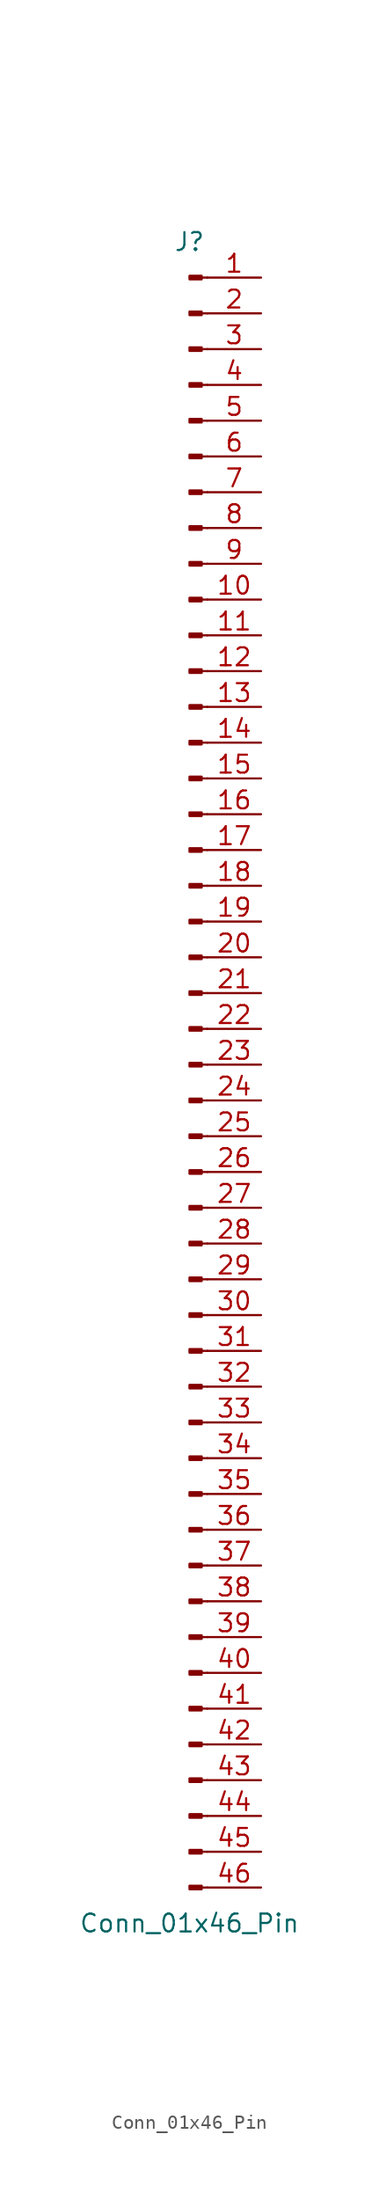
<source format=kicad_sym>
(kicad_symbol_lib
  (version 20220914)
  (generator kicad_symbol_editor)
  (symbol "Conn_01x46_Pin"
    (pin_names
      (offset 1.016) hide)
    (property "Reference" "J"
      (at 0 58.42 0)
      (effects (font (size 1.27 1.27))))
    (property "Value" "Conn_01x46_Pin"
      (at 0 -60.96 0)
      (effects (font (size 1.27 1.27))))
    (property "ki_locked" ""
      (at 0 0 0)
      (effects (font (size 1.27 1.27))))
    (symbol "Conn_01x46_Pin_1_1"
      (polyline (pts (xy 1.27 -58.42) (xy 0.864 -58.42)) (stroke (width 0.152) (type default)) (fill (type none)))
      (polyline (pts (xy 1.27 -55.88) (xy 0.864 -55.88)) (stroke (width 0.152) (type default)) (fill (type none)))
      (polyline (pts (xy 1.27 -53.34) (xy 0.864 -53.34)) (stroke (width 0.152) (type default)) (fill (type none)))
      (polyline (pts (xy 1.27 -50.8) (xy 0.864 -50.8)) (stroke (width 0.152) (type default)) (fill (type none)))
      (polyline (pts (xy 1.27 -48.26) (xy 0.864 -48.26)) (stroke (width 0.152) (type default)) (fill (type none)))
      (polyline (pts (xy 1.27 -45.72) (xy 0.864 -45.72)) (stroke (width 0.152) (type default)) (fill (type none)))
      (polyline (pts (xy 1.27 -43.18) (xy 0.864 -43.18)) (stroke (width 0.152) (type default)) (fill (type none)))
      (polyline (pts (xy 1.27 -40.64) (xy 0.864 -40.64)) (stroke (width 0.152) (type default)) (fill (type none)))
      (polyline (pts (xy 1.27 -38.1) (xy 0.864 -38.1)) (stroke (width 0.152) (type default)) (fill (type none)))
      (polyline (pts (xy 1.27 -35.56) (xy 0.864 -35.56)) (stroke (width 0.152) (type default)) (fill (type none)))
      (polyline (pts (xy 1.27 -33.02) (xy 0.864 -33.02)) (stroke (width 0.152) (type default)) (fill (type none)))
      (polyline (pts (xy 1.27 -30.48) (xy 0.864 -30.48)) (stroke (width 0.152) (type default)) (fill (type none)))
      (polyline (pts (xy 1.27 -27.94) (xy 0.864 -27.94)) (stroke (width 0.152) (type default)) (fill (type none)))
      (polyline (pts (xy 1.27 -25.4) (xy 0.864 -25.4)) (stroke (width 0.152) (type default)) (fill (type none)))
      (polyline (pts (xy 1.27 -22.86) (xy 0.864 -22.86)) (stroke (width 0.152) (type default)) (fill (type none)))
      (polyline (pts (xy 1.27 -20.32) (xy 0.864 -20.32)) (stroke (width 0.152) (type default)) (fill (type none)))
      (polyline (pts (xy 1.27 -17.78) (xy 0.864 -17.78)) (stroke (width 0.152) (type default)) (fill (type none)))
      (polyline (pts (xy 1.27 -15.24) (xy 0.864 -15.24)) (stroke (width 0.152) (type default)) (fill (type none)))
      (polyline (pts (xy 1.27 -12.7) (xy 0.864 -12.7)) (stroke (width 0.152) (type default)) (fill (type none)))
      (polyline (pts (xy 1.27 -10.16) (xy 0.864 -10.16)) (stroke (width 0.152) (type default)) (fill (type none)))
      (polyline (pts (xy 1.27 -7.62) (xy 0.864 -7.62)) (stroke (width 0.152) (type default)) (fill (type none)))
      (polyline (pts (xy 1.27 -5.08) (xy 0.864 -5.08)) (stroke (width 0.152) (type default)) (fill (type none)))
      (polyline (pts (xy 1.27 -2.54) (xy 0.864 -2.54)) (stroke (width 0.152) (type default)) (fill (type none)))
      (polyline (pts (xy 1.27 0) (xy 0.864 0)) (stroke (width 0.152) (type default)) (fill (type none)))
      (polyline (pts (xy 1.27 2.54) (xy 0.864 2.54)) (stroke (width 0.152) (type default)) (fill (type none)))
      (polyline (pts (xy 1.27 5.08) (xy 0.864 5.08)) (stroke (width 0.152) (type default)) (fill (type none)))
      (polyline (pts (xy 1.27 7.62) (xy 0.864 7.62)) (stroke (width 0.152) (type default)) (fill (type none)))
      (polyline (pts (xy 1.27 10.16) (xy 0.864 10.16)) (stroke (width 0.152) (type default)) (fill (type none)))
      (polyline (pts (xy 1.27 12.7) (xy 0.864 12.7)) (stroke (width 0.152) (type default)) (fill (type none)))
      (polyline (pts (xy 1.27 15.24) (xy 0.864 15.24)) (stroke (width 0.152) (type default)) (fill (type none)))
      (polyline (pts (xy 1.27 17.78) (xy 0.864 17.78)) (stroke (width 0.152) (type default)) (fill (type none)))
      (polyline (pts (xy 1.27 20.32) (xy 0.864 20.32)) (stroke (width 0.152) (type default)) (fill (type none)))
      (polyline (pts (xy 1.27 22.86) (xy 0.864 22.86)) (stroke (width 0.152) (type default)) (fill (type none)))
      (polyline (pts (xy 1.27 25.4) (xy 0.864 25.4)) (stroke (width 0.152) (type default)) (fill (type none)))
      (polyline (pts (xy 1.27 27.94) (xy 0.864 27.94)) (stroke (width 0.152) (type default)) (fill (type none)))
      (polyline (pts (xy 1.27 30.48) (xy 0.864 30.48)) (stroke (width 0.152) (type default)) (fill (type none)))
      (polyline (pts (xy 1.27 33.02) (xy 0.864 33.02)) (stroke (width 0.152) (type default)) (fill (type none)))
      (polyline (pts (xy 1.27 35.56) (xy 0.864 35.56)) (stroke (width 0.152) (type default)) (fill (type none)))
      (polyline (pts (xy 1.27 38.1) (xy 0.864 38.1)) (stroke (width 0.152) (type default)) (fill (type none)))
      (polyline (pts (xy 1.27 40.64) (xy 0.864 40.64)) (stroke (width 0.152) (type default)) (fill (type none)))
      (polyline (pts (xy 1.27 43.18) (xy 0.864 43.18)) (stroke (width 0.152) (type default)) (fill (type none)))
      (polyline (pts (xy 1.27 45.72) (xy 0.864 45.72)) (stroke (width 0.152) (type default)) (fill (type none)))
      (polyline (pts (xy 1.27 48.26) (xy 0.864 48.26)) (stroke (width 0.152) (type default)) (fill (type none)))
      (polyline (pts (xy 1.27 50.8) (xy 0.864 50.8)) (stroke (width 0.152) (type default)) (fill (type none)))
      (polyline (pts (xy 1.27 53.34) (xy 0.864 53.34)) (stroke (width 0.152) (type default)) (fill (type none)))
      (polyline (pts (xy 1.27 55.88) (xy 0.864 55.88)) (stroke (width 0.152) (type default)) (fill (type none)))
      (rectangle (start 0.864 -58.293) (end 0 -58.547) (stroke (width 0.152) (type default)) (fill (type outline)))
      (rectangle (start 0.864 -55.753) (end 0 -56.007) (stroke (width 0.152) (type default)) (fill (type outline)))
      (rectangle (start 0.864 -53.213) (end 0 -53.467) (stroke (width 0.152) (type default)) (fill (type outline)))
      (rectangle (start 0.864 -50.673) (end 0 -50.927) (stroke (width 0.152) (type default)) (fill (type outline)))
      (rectangle (start 0.864 -48.133) (end 0 -48.387) (stroke (width 0.152) (type default)) (fill (type outline)))
      (rectangle (start 0.864 -45.593) (end 0 -45.847) (stroke (width 0.152) (type default)) (fill (type outline)))
      (rectangle (start 0.864 -43.053) (end 0 -43.307) (stroke (width 0.152) (type default)) (fill (type outline)))
      (rectangle (start 0.864 -40.513) (end 0 -40.767) (stroke (width 0.152) (type default)) (fill (type outline)))
      (rectangle (start 0.864 -37.973) (end 0 -38.227) (stroke (width 0.152) (type default)) (fill (type outline)))
      (rectangle (start 0.864 -35.433) (end 0 -35.687) (stroke (width 0.152) (type default)) (fill (type outline)))
      (rectangle (start 0.864 -32.893) (end 0 -33.147) (stroke (width 0.152) (type default)) (fill (type outline)))
      (rectangle (start 0.864 -30.353) (end 0 -30.607) (stroke (width 0.152) (type default)) (fill (type outline)))
      (rectangle (start 0.864 -27.813) (end 0 -28.067) (stroke (width 0.152) (type default)) (fill (type outline)))
      (rectangle (start 0.864 -25.273) (end 0 -25.527) (stroke (width 0.152) (type default)) (fill (type outline)))
      (rectangle (start 0.864 -22.733) (end 0 -22.987) (stroke (width 0.152) (type default)) (fill (type outline)))
      (rectangle (start 0.864 -20.193) (end 0 -20.447) (stroke (width 0.152) (type default)) (fill (type outline)))
      (rectangle (start 0.864 -17.653) (end 0 -17.907) (stroke (width 0.152) (type default)) (fill (type outline)))
      (rectangle (start 0.864 -15.113) (end 0 -15.367) (stroke (width 0.152) (type default)) (fill (type outline)))
      (rectangle (start 0.864 -12.573) (end 0 -12.827) (stroke (width 0.152) (type default)) (fill (type outline)))
      (rectangle (start 0.864 -10.033) (end 0 -10.287) (stroke (width 0.152) (type default)) (fill (type outline)))
      (rectangle (start 0.864 -7.493) (end 0 -7.747) (stroke (width 0.152) (type default)) (fill (type outline)))
      (rectangle (start 0.864 -4.953) (end 0 -5.207) (stroke (width 0.152) (type default)) (fill (type outline)))
      (rectangle (start 0.864 -2.413) (end 0 -2.667) (stroke (width 0.152) (type default)) (fill (type outline)))
      (rectangle (start 0.864 0.127) (end 0 -0.127) (stroke (width 0.152) (type default)) (fill (type outline)))
      (rectangle (start 0.864 2.667) (end 0 2.413) (stroke (width 0.152) (type default)) (fill (type outline)))
      (rectangle (start 0.864 5.207) (end 0 4.953) (stroke (width 0.152) (type default)) (fill (type outline)))
      (rectangle (start 0.864 7.747) (end 0 7.493) (stroke (width 0.152) (type default)) (fill (type outline)))
      (rectangle (start 0.864 10.287) (end 0 10.033) (stroke (width 0.152) (type default)) (fill (type outline)))
      (rectangle (start 0.864 12.827) (end 0 12.573) (stroke (width 0.152) (type default)) (fill (type outline)))
      (rectangle (start 0.864 15.367) (end 0 15.113) (stroke (width 0.152) (type default)) (fill (type outline)))
      (rectangle (start 0.864 17.907) (end 0 17.653) (stroke (width 0.152) (type default)) (fill (type outline)))
      (rectangle (start 0.864 20.447) (end 0 20.193) (stroke (width 0.152) (type default)) (fill (type outline)))
      (rectangle (start 0.864 22.987) (end 0 22.733) (stroke (width 0.152) (type default)) (fill (type outline)))
      (rectangle (start 0.864 25.527) (end 0 25.273) (stroke (width 0.152) (type default)) (fill (type outline)))
      (rectangle (start 0.864 28.067) (end 0 27.813) (stroke (width 0.152) (type default)) (fill (type outline)))
      (rectangle (start 0.864 30.607) (end 0 30.353) (stroke (width 0.152) (type default)) (fill (type outline)))
      (rectangle (start 0.864 33.147) (end 0 32.893) (stroke (width 0.152) (type default)) (fill (type outline)))
      (rectangle (start 0.864 35.687) (end 0 35.433) (stroke (width 0.152) (type default)) (fill (type outline)))
      (rectangle (start 0.864 38.227) (end 0 37.973) (stroke (width 0.152) (type default)) (fill (type outline)))
      (rectangle (start 0.864 40.767) (end 0 40.513) (stroke (width 0.152) (type default)) (fill (type outline)))
      (rectangle (start 0.864 43.307) (end 0 43.053) (stroke (width 0.152) (type default)) (fill (type outline)))
      (rectangle (start 0.864 45.847) (end 0 45.593) (stroke (width 0.152) (type default)) (fill (type outline)))
      (rectangle (start 0.864 48.387) (end 0 48.133) (stroke (width 0.152) (type default)) (fill (type outline)))
      (rectangle (start 0.864 50.927) (end 0 50.673) (stroke (width 0.152) (type default)) (fill (type outline)))
      (rectangle (start 0.864 53.467) (end 0 53.213) (stroke (width 0.152) (type default)) (fill (type outline)))
      (rectangle (start 0.864 56.007) (end 0 55.753) (stroke (width 0.152) (type default)) (fill (type outline)))
      (pin passive line (at 5.08 55.88 180) (length 3.81) (name "Pin_1" (effects (font (size 1.27 1.27)))) (number "1" (effects (font (size 1.27 1.27)))))
      (pin passive line (at 5.08 33.02 180) (length 3.81) (name "Pin_10" (effects (font (size 1.27 1.27)))) (number "10" (effects (font (size 1.27 1.27)))))
      (pin passive line (at 5.08 30.48 180) (length 3.81) (name "Pin_11" (effects (font (size 1.27 1.27)))) (number "11" (effects (font (size 1.27 1.27)))))
      (pin passive line (at 5.08 27.94 180) (length 3.81) (name "Pin_12" (effects (font (size 1.27 1.27)))) (number "12" (effects (font (size 1.27 1.27)))))
      (pin passive line (at 5.08 25.4 180) (length 3.81) (name "Pin_13" (effects (font (size 1.27 1.27)))) (number "13" (effects (font (size 1.27 1.27)))))
      (pin passive line (at 5.08 22.86 180) (length 3.81) (name "Pin_14" (effects (font (size 1.27 1.27)))) (number "14" (effects (font (size 1.27 1.27)))))
      (pin passive line (at 5.08 20.32 180) (length 3.81) (name "Pin_15" (effects (font (size 1.27 1.27)))) (number "15" (effects (font (size 1.27 1.27)))))
      (pin passive line (at 5.08 17.78 180) (length 3.81) (name "Pin_16" (effects (font (size 1.27 1.27)))) (number "16" (effects (font (size 1.27 1.27)))))
      (pin passive line (at 5.08 15.24 180) (length 3.81) (name "Pin_17" (effects (font (size 1.27 1.27)))) (number "17" (effects (font (size 1.27 1.27)))))
      (pin passive line (at 5.08 12.7 180) (length 3.81) (name "Pin_18" (effects (font (size 1.27 1.27)))) (number "18" (effects (font (size 1.27 1.27)))))
      (pin passive line (at 5.08 10.16 180) (length 3.81) (name "Pin_19" (effects (font (size 1.27 1.27)))) (number "19" (effects (font (size 1.27 1.27)))))
      (pin passive line (at 5.08 53.34 180) (length 3.81) (name "Pin_2" (effects (font (size 1.27 1.27)))) (number "2" (effects (font (size 1.27 1.27)))))
      (pin passive line (at 5.08 7.62 180) (length 3.81) (name "Pin_20" (effects (font (size 1.27 1.27)))) (number "20" (effects (font (size 1.27 1.27)))))
      (pin passive line (at 5.08 5.08 180) (length 3.81) (name "Pin_21" (effects (font (size 1.27 1.27)))) (number "21" (effects (font (size 1.27 1.27)))))
      (pin passive line (at 5.08 2.54 180) (length 3.81) (name "Pin_22" (effects (font (size 1.27 1.27)))) (number "22" (effects (font (size 1.27 1.27)))))
      (pin passive line (at 5.08 0 180) (length 3.81) (name "Pin_23" (effects (font (size 1.27 1.27)))) (number "23" (effects (font (size 1.27 1.27)))))
      (pin passive line (at 5.08 -2.54 180) (length 3.81) (name "Pin_24" (effects (font (size 1.27 1.27)))) (number "24" (effects (font (size 1.27 1.27)))))
      (pin passive line (at 5.08 -5.08 180) (length 3.81) (name "Pin_25" (effects (font (size 1.27 1.27)))) (number "25" (effects (font (size 1.27 1.27)))))
      (pin passive line (at 5.08 -7.62 180) (length 3.81) (name "Pin_26" (effects (font (size 1.27 1.27)))) (number "26" (effects (font (size 1.27 1.27)))))
      (pin passive line (at 5.08 -10.16 180) (length 3.81) (name "Pin_27" (effects (font (size 1.27 1.27)))) (number "27" (effects (font (size 1.27 1.27)))))
      (pin passive line (at 5.08 -12.7 180) (length 3.81) (name "Pin_28" (effects (font (size 1.27 1.27)))) (number "28" (effects (font (size 1.27 1.27)))))
      (pin passive line (at 5.08 -15.24 180) (length 3.81) (name "Pin_29" (effects (font (size 1.27 1.27)))) (number "29" (effects (font (size 1.27 1.27)))))
      (pin passive line (at 5.08 50.8 180) (length 3.81) (name "Pin_3" (effects (font (size 1.27 1.27)))) (number "3" (effects (font (size 1.27 1.27)))))
      (pin passive line (at 5.08 -17.78 180) (length 3.81) (name "Pin_30" (effects (font (size 1.27 1.27)))) (number "30" (effects (font (size 1.27 1.27)))))
      (pin passive line (at 5.08 -20.32 180) (length 3.81) (name "Pin_31" (effects (font (size 1.27 1.27)))) (number "31" (effects (font (size 1.27 1.27)))))
      (pin passive line (at 5.08 -22.86 180) (length 3.81) (name "Pin_32" (effects (font (size 1.27 1.27)))) (number "32" (effects (font (size 1.27 1.27)))))
      (pin passive line (at 5.08 -25.4 180) (length 3.81) (name "Pin_33" (effects (font (size 1.27 1.27)))) (number "33" (effects (font (size 1.27 1.27)))))
      (pin passive line (at 5.08 -27.94 180) (length 3.81) (name "Pin_34" (effects (font (size 1.27 1.27)))) (number "34" (effects (font (size 1.27 1.27)))))
      (pin passive line (at 5.08 -30.48 180) (length 3.81) (name "Pin_35" (effects (font (size 1.27 1.27)))) (number "35" (effects (font (size 1.27 1.27)))))
      (pin passive line (at 5.08 -33.02 180) (length 3.81) (name "Pin_36" (effects (font (size 1.27 1.27)))) (number "36" (effects (font (size 1.27 1.27)))))
      (pin passive line (at 5.08 -35.56 180) (length 3.81) (name "Pin_37" (effects (font (size 1.27 1.27)))) (number "37" (effects (font (size 1.27 1.27)))))
      (pin passive line (at 5.08 -38.1 180) (length 3.81) (name "Pin_38" (effects (font (size 1.27 1.27)))) (number "38" (effects (font (size 1.27 1.27)))))
      (pin passive line (at 5.08 -40.64 180) (length 3.81) (name "Pin_39" (effects (font (size 1.27 1.27)))) (number "39" (effects (font (size 1.27 1.27)))))
      (pin passive line (at 5.08 48.26 180) (length 3.81) (name "Pin_4" (effects (font (size 1.27 1.27)))) (number "4" (effects (font (size 1.27 1.27)))))
      (pin passive line (at 5.08 -43.18 180) (length 3.81) (name "Pin_40" (effects (font (size 1.27 1.27)))) (number "40" (effects (font (size 1.27 1.27)))))
      (pin passive line (at 5.08 -45.72 180) (length 3.81) (name "Pin_41" (effects (font (size 1.27 1.27)))) (number "41" (effects (font (size 1.27 1.27)))))
      (pin passive line (at 5.08 -48.26 180) (length 3.81) (name "Pin_42" (effects (font (size 1.27 1.27)))) (number "42" (effects (font (size 1.27 1.27)))))
      (pin passive line (at 5.08 -50.8 180) (length 3.81) (name "Pin_43" (effects (font (size 1.27 1.27)))) (number "43" (effects (font (size 1.27 1.27)))))
      (pin passive line (at 5.08 -53.34 180) (length 3.81) (name "Pin_44" (effects (font (size 1.27 1.27)))) (number "44" (effects (font (size 1.27 1.27)))))
      (pin passive line (at 5.08 -55.88 180) (length 3.81) (name "Pin_45" (effects (font (size 1.27 1.27)))) (number "45" (effects (font (size 1.27 1.27)))))
      (pin passive line (at 5.08 -58.42 180) (length 3.81) (name "Pin_46" (effects (font (size 1.27 1.27)))) (number "46" (effects (font (size 1.27 1.27)))))
      (pin passive line (at 5.08 45.72 180) (length 3.81) (name "Pin_5" (effects (font (size 1.27 1.27)))) (number "5" (effects (font (size 1.27 1.27)))))
      (pin passive line (at 5.08 43.18 180) (length 3.81) (name "Pin_6" (effects (font (size 1.27 1.27)))) (number "6" (effects (font (size 1.27 1.27)))))
      (pin passive line (at 5.08 40.64 180) (length 3.81) (name "Pin_7" (effects (font (size 1.27 1.27)))) (number "7" (effects (font (size 1.27 1.27)))))
      (pin passive line (at 5.08 38.1 180) (length 3.81) (name "Pin_8" (effects (font (size 1.27 1.27)))) (number "8" (effects (font (size 1.27 1.27)))))
      (pin passive line (at 5.08 35.56 180) (length 3.81) (name "Pin_9" (effects (font (size 1.27 1.27)))) (number "9" (effects (font (size 1.27 1.27))))))))
</source>
